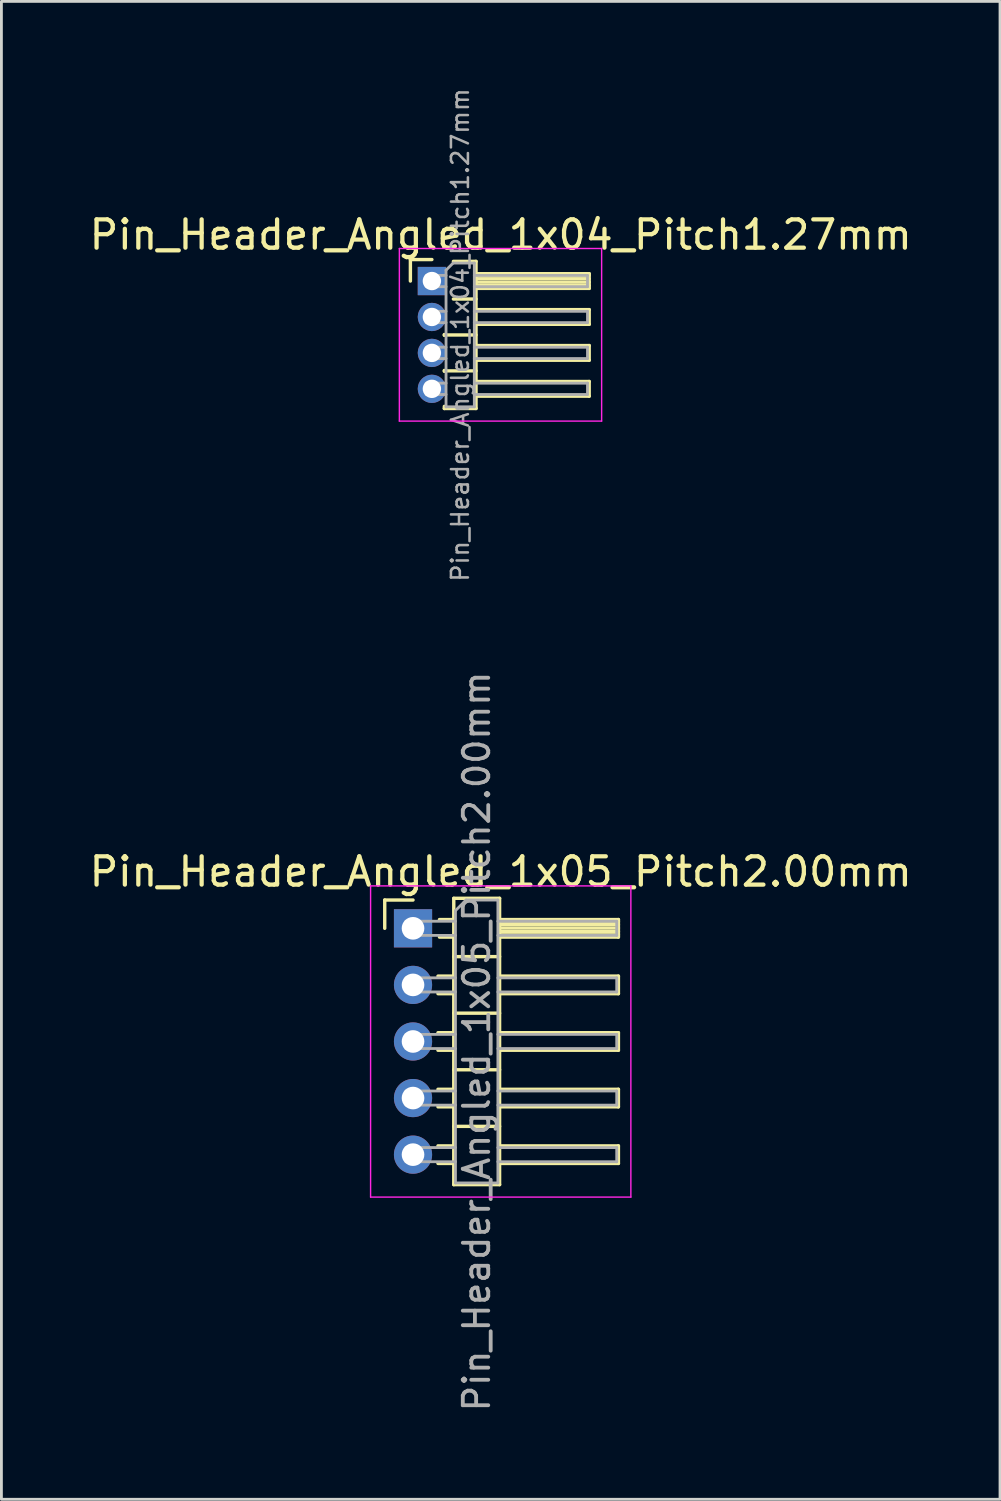
<source format=kicad_pcb>
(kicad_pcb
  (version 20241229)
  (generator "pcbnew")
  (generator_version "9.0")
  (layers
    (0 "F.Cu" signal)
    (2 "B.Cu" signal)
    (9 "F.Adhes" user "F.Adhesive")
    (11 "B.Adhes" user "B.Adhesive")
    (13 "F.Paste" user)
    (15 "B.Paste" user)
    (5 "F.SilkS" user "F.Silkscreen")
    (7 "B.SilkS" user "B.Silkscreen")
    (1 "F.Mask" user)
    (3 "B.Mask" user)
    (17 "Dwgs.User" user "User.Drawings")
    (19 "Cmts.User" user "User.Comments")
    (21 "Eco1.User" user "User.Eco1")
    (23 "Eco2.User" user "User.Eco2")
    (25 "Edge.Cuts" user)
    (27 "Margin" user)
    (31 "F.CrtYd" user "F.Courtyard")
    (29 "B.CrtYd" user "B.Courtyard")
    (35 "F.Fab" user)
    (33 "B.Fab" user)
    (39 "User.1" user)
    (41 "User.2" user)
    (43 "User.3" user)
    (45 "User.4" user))
  (footprint "Pin_Header_Angled_1x05_Pitch2.00mm"
    (layer "F.Cu")
    (at 11.549 29.763)
    (property "Reference" "Pin_Header_Angled_1x05_Pitch2.00mm" (at 3.1 -2 0) (layer "F.SilkS") (effects (font (size 1 1) (thickness 0.15))))
    (attr through_hole)
    (fp_line (start -1 -1) (end 0 -1) (stroke (width 0.12) (type solid)) (layer "F.SilkS"))
    (fp_line (start -1 0) (end -1 -1) (stroke (width 0.12) (type solid)) (layer "F.SilkS"))
    (fp_line (start 0.882 1.69) (end 1.44 1.69) (stroke (width 0.12) (type solid)) (layer "F.SilkS"))
    (fp_line (start 0.882 2.31) (end 1.44 2.31) (stroke (width 0.12) (type solid)) (layer "F.SilkS"))
    (fp_line (start 0.882 3.69) (end 1.44 3.69) (stroke (width 0.12) (type solid)) (layer "F.SilkS"))
    (fp_line (start 0.882 4.31) (end 1.44 4.31) (stroke (width 0.12) (type solid)) (layer "F.SilkS"))
    (fp_line (start 0.882 5.69) (end 1.44 5.69) (stroke (width 0.12) (type solid)) (layer "F.SilkS"))
    (fp_line (start 0.882 6.31) (end 1.44 6.31) (stroke (width 0.12) (type solid)) (layer "F.SilkS"))
    (fp_line (start 0.882 7.69) (end 1.44 7.69) (stroke (width 0.12) (type solid)) (layer "F.SilkS"))
    (fp_line (start 0.882 8.31) (end 1.44 8.31) (stroke (width 0.12) (type solid)) (layer "F.SilkS"))
    (fp_line (start 0.935 -0.31) (end 1.44 -0.31) (stroke (width 0.12) (type solid)) (layer "F.SilkS"))
    (fp_line (start 0.935 0.31) (end 1.44 0.31) (stroke (width 0.12) (type solid)) (layer "F.SilkS"))
    (fp_line (start 1.44 -1.06) (end 1.44 9.06) (stroke (width 0.12) (type solid)) (layer "F.SilkS"))
    (fp_line (start 1.44 1) (end 3.06 1) (stroke (width 0.12) (type solid)) (layer "F.SilkS"))
    (fp_line (start 1.44 3) (end 3.06 3) (stroke (width 0.12) (type solid)) (layer "F.SilkS"))
    (fp_line (start 1.44 5) (end 3.06 5) (stroke (width 0.12) (type solid)) (layer "F.SilkS"))
    (fp_line (start 1.44 7) (end 3.06 7) (stroke (width 0.12) (type solid)) (layer "F.SilkS"))
    (fp_line (start 1.44 9.06) (end 3.06 9.06) (stroke (width 0.12) (type solid)) (layer "F.SilkS"))
    (fp_line (start 3.06 -1.06) (end 1.44 -1.06) (stroke (width 0.12) (type solid)) (layer "F.SilkS"))
    (fp_line (start 3.06 -0.31) (end 7.26 -0.31) (stroke (width 0.12) (type solid)) (layer "F.SilkS"))
    (fp_line (start 3.06 -0.25) (end 7.26 -0.25) (stroke (width 0.12) (type solid)) (layer "F.SilkS"))
    (fp_line (start 3.06 -0.13) (end 7.26 -0.13) (stroke (width 0.12) (type solid)) (layer "F.SilkS"))
    (fp_line (start 3.06 -0.01) (end 7.26 -0.01) (stroke (width 0.12) (type solid)) (layer "F.SilkS"))
    (fp_line (start 3.06 0.11) (end 7.26 0.11) (stroke (width 0.12) (type solid)) (layer "F.SilkS"))
    (fp_line (start 3.06 0.23) (end 7.26 0.23) (stroke (width 0.12) (type solid)) (layer "F.SilkS"))
    (fp_line (start 3.06 1.69) (end 7.26 1.69) (stroke (width 0.12) (type solid)) (layer "F.SilkS"))
    (fp_line (start 3.06 3.69) (end 7.26 3.69) (stroke (width 0.12) (type solid)) (layer "F.SilkS"))
    (fp_line (start 3.06 5.69) (end 7.26 5.69) (stroke (width 0.12) (type solid)) (layer "F.SilkS"))
    (fp_line (start 3.06 7.69) (end 7.26 7.69) (stroke (width 0.12) (type solid)) (layer "F.SilkS"))
    (fp_line (start 3.06 9.06) (end 3.06 -1.06) (stroke (width 0.12) (type solid)) (layer "F.SilkS"))
    (fp_line (start 7.26 -0.31) (end 7.26 0.31) (stroke (width 0.12) (type solid)) (layer "F.SilkS"))
    (fp_line (start 7.26 0.31) (end 3.06 0.31) (stroke (width 0.12) (type solid)) (layer "F.SilkS"))
    (fp_line (start 7.26 1.69) (end 7.26 2.31) (stroke (width 0.12) (type solid)) (layer "F.SilkS"))
    (fp_line (start 7.26 2.31) (end 3.06 2.31) (stroke (width 0.12) (type solid)) (layer "F.SilkS"))
    (fp_line (start 7.26 3.69) (end 7.26 4.31) (stroke (width 0.12) (type solid)) (layer "F.SilkS"))
    (fp_line (start 7.26 4.31) (end 3.06 4.31) (stroke (width 0.12) (type solid)) (layer "F.SilkS"))
    (fp_line (start 7.26 5.69) (end 7.26 6.31) (stroke (width 0.12) (type solid)) (layer "F.SilkS"))
    (fp_line (start 7.26 6.31) (end 3.06 6.31) (stroke (width 0.12) (type solid)) (layer "F.SilkS"))
    (fp_line (start 7.26 7.69) (end 7.26 8.31) (stroke (width 0.12) (type solid)) (layer "F.SilkS"))
    (fp_line (start 7.26 8.31) (end 3.06 8.31) (stroke (width 0.12) (type solid)) (layer "F.SilkS"))
    (fp_line (start -1.5 -1.5) (end -1.5 9.5) (stroke (width 0.05) (type solid)) (layer "F.CrtYd"))
    (fp_line (start -1.5 9.5) (end 7.7 9.5) (stroke (width 0.05) (type solid)) (layer "F.CrtYd"))
    (fp_line (start 7.7 -1.5) (end -1.5 -1.5) (stroke (width 0.05) (type solid)) (layer "F.CrtYd"))
    (fp_line (start 7.7 9.5) (end 7.7 -1.5) (stroke (width 0.05) (type solid)) (layer "F.CrtYd"))
    (fp_line (start -0.25 -0.25) (end -0.25 0.25) (stroke (width 0.1) (type solid)) (layer "F.Fab"))
    (fp_line (start -0.25 -0.25) (end 1.5 -0.25) (stroke (width 0.1) (type solid)) (layer "F.Fab"))
    (fp_line (start -0.25 0.25) (end 1.5 0.25) (stroke (width 0.1) (type solid)) (layer "F.Fab"))
    (fp_line (start -0.25 1.75) (end -0.25 2.25) (stroke (width 0.1) (type solid)) (layer "F.Fab"))
    (fp_line (start -0.25 1.75) (end 1.5 1.75) (stroke (width 0.1) (type solid)) (layer "F.Fab"))
    (fp_line (start -0.25 2.25) (end 1.5 2.25) (stroke (width 0.1) (type solid)) (layer "F.Fab"))
    (fp_line (start -0.25 3.75) (end -0.25 4.25) (stroke (width 0.1) (type solid)) (layer "F.Fab"))
    (fp_line (start -0.25 3.75) (end 1.5 3.75) (stroke (width 0.1) (type solid)) (layer "F.Fab"))
    (fp_line (start -0.25 4.25) (end 1.5 4.25) (stroke (width 0.1) (type solid)) (layer "F.Fab"))
    (fp_line (start -0.25 5.75) (end -0.25 6.25) (stroke (width 0.1) (type solid)) (layer "F.Fab"))
    (fp_line (start -0.25 5.75) (end 1.5 5.75) (stroke (width 0.1) (type solid)) (layer "F.Fab"))
    (fp_line (start -0.25 6.25) (end 1.5 6.25) (stroke (width 0.1) (type solid)) (layer "F.Fab"))
    (fp_line (start -0.25 7.75) (end -0.25 8.25) (stroke (width 0.1) (type solid)) (layer "F.Fab"))
    (fp_line (start -0.25 7.75) (end 1.5 7.75) (stroke (width 0.1) (type solid)) (layer "F.Fab"))
    (fp_line (start -0.25 8.25) (end 1.5 8.25) (stroke (width 0.1) (type solid)) (layer "F.Fab"))
    (fp_line (start 1.5 -0.625) (end 1.875 -1) (stroke (width 0.1) (type solid)) (layer "F.Fab"))
    (fp_line (start 1.5 9) (end 1.5 -0.625) (stroke (width 0.1) (type solid)) (layer "F.Fab"))
    (fp_line (start 1.875 -1) (end 3 -1) (stroke (width 0.1) (type solid)) (layer "F.Fab"))
    (fp_line (start 3 -1) (end 3 9) (stroke (width 0.1) (type solid)) (layer "F.Fab"))
    (fp_line (start 3 -0.25) (end 7.2 -0.25) (stroke (width 0.1) (type solid)) (layer "F.Fab"))
    (fp_line (start 3 0.25) (end 7.2 0.25) (stroke (width 0.1) (type solid)) (layer "F.Fab"))
    (fp_line (start 3 1.75) (end 7.2 1.75) (stroke (width 0.1) (type solid)) (layer "F.Fab"))
    (fp_line (start 3 2.25) (end 7.2 2.25) (stroke (width 0.1) (type solid)) (layer "F.Fab"))
    (fp_line (start 3 3.75) (end 7.2 3.75) (stroke (width 0.1) (type solid)) (layer "F.Fab"))
    (fp_line (start 3 4.25) (end 7.2 4.25) (stroke (width 0.1) (type solid)) (layer "F.Fab"))
    (fp_line (start 3 5.75) (end 7.2 5.75) (stroke (width 0.1) (type solid)) (layer "F.Fab"))
    (fp_line (start 3 6.25) (end 7.2 6.25) (stroke (width 0.1) (type solid)) (layer "F.Fab"))
    (fp_line (start 3 7.75) (end 7.2 7.75) (stroke (width 0.1) (type solid)) (layer "F.Fab"))
    (fp_line (start 3 8.25) (end 7.2 8.25) (stroke (width 0.1) (type solid)) (layer "F.Fab"))
    (fp_line (start 3 9) (end 1.5 9) (stroke (width 0.1) (type solid)) (layer "F.Fab"))
    (fp_line (start 7.2 -0.25) (end 7.2 0.25) (stroke (width 0.1) (type solid)) (layer "F.Fab"))
    (fp_line (start 7.2 1.75) (end 7.2 2.25) (stroke (width 0.1) (type solid)) (layer "F.Fab"))
    (fp_line (start 7.2 3.75) (end 7.2 4.25) (stroke (width 0.1) (type solid)) (layer "F.Fab"))
    (fp_line (start 7.2 5.75) (end 7.2 6.25) (stroke (width 0.1) (type solid)) (layer "F.Fab"))
    (fp_line (start 7.2 7.75) (end 7.2 8.25) (stroke (width 0.1) (type solid)) (layer "F.Fab"))
    (fp_text user "${REFERENCE}" (at 2.25 4 90) (layer "F.Fab") (effects (font (size 0.9 0.9) (thickness 0.135))))
    (pad "1" thru_hole rect (at 0 0) (size 1.35 1.35) (drill 0.8) (layers "*.Cu" "*.Mask"))
    (pad "2" thru_hole oval (at 0 2) (size 1.35 1.35) (drill 0.8) (layers "*.Cu" "*.Mask"))
    (pad "3" thru_hole oval (at 0 4) (size 1.35 1.35) (drill 0.8) (layers "*.Cu" "*.Mask"))
    (pad "4" thru_hole oval (at 0 6) (size 1.35 1.35) (drill 0.8) (layers "*.Cu" "*.Mask"))
    (pad "5" thru_hole oval (at 0 8) (size 1.35 1.35) (drill 0.8) (layers "*.Cu" "*.Mask")))
  (footprint "Pin_Header_Angled_1x04_Pitch1.27mm"
    (layer "F.Cu")
    (at 12.216 6.884)
    (property "Reference" "Pin_Header_Angled_1x04_Pitch1.27mm" (at 2.433 -1.635 0) (layer "F.SilkS") (effects (font (size 1 1) (thickness 0.15))))
    (attr through_hole)
    (fp_line (start -0.76 -0.76) (end 0 -0.76) (stroke (width 0.12) (type solid)) (layer "F.SilkS"))
    (fp_line (start -0.76 0) (end -0.76 -0.76) (stroke (width 0.12) (type solid)) (layer "F.SilkS"))
    (fp_line (start 0.44 1.89) (end 0.44 1.92) (stroke (width 0.12) (type solid)) (layer "F.SilkS"))
    (fp_line (start 0.44 1.905) (end 1.56 1.905) (stroke (width 0.12) (type solid)) (layer "F.SilkS"))
    (fp_line (start 0.44 3.16) (end 0.44 3.19) (stroke (width 0.12) (type solid)) (layer "F.SilkS"))
    (fp_line (start 0.44 3.175) (end 1.56 3.175) (stroke (width 0.12) (type solid)) (layer "F.SilkS"))
    (fp_line (start 0.44 4.505) (end 0.44 4.43) (stroke (width 0.12) (type solid)) (layer "F.SilkS"))
    (fp_line (start 0.76 -0.695) (end 1.56 -0.695) (stroke (width 0.12) (type solid)) (layer "F.SilkS"))
    (fp_line (start 0.76 0.635) (end 1.56 0.635) (stroke (width 0.12) (type solid)) (layer "F.SilkS"))
    (fp_line (start 1.56 -0.695) (end 1.56 4.505) (stroke (width 0.12) (type solid)) (layer "F.SilkS"))
    (fp_line (start 1.56 -0.26) (end 5.56 -0.26) (stroke (width 0.12) (type solid)) (layer "F.SilkS"))
    (fp_line (start 1.56 -0.2) (end 5.56 -0.2) (stroke (width 0.12) (type solid)) (layer "F.SilkS"))
    (fp_line (start 1.56 -0.08) (end 5.56 -0.08) (stroke (width 0.12) (type solid)) (layer "F.SilkS"))
    (fp_line (start 1.56 0.04) (end 5.56 0.04) (stroke (width 0.12) (type solid)) (layer "F.SilkS"))
    (fp_line (start 1.56 0.16) (end 5.56 0.16) (stroke (width 0.12) (type solid)) (layer "F.SilkS"))
    (fp_line (start 1.56 1.01) (end 5.56 1.01) (stroke (width 0.12) (type solid)) (layer "F.SilkS"))
    (fp_line (start 1.56 2.28) (end 5.56 2.28) (stroke (width 0.12) (type solid)) (layer "F.SilkS"))
    (fp_line (start 1.56 3.55) (end 5.56 3.55) (stroke (width 0.12) (type solid)) (layer "F.SilkS"))
    (fp_line (start 1.56 4.505) (end 0.44 4.505) (stroke (width 0.12) (type solid)) (layer "F.SilkS"))
    (fp_line (start 5.56 -0.26) (end 5.56 0.26) (stroke (width 0.12) (type solid)) (layer "F.SilkS"))
    (fp_line (start 5.56 0.26) (end 1.56 0.26) (stroke (width 0.12) (type solid)) (layer "F.SilkS"))
    (fp_line (start 5.56 1.01) (end 5.56 1.53) (stroke (width 0.12) (type solid)) (layer "F.SilkS"))
    (fp_line (start 5.56 1.53) (end 1.56 1.53) (stroke (width 0.12) (type solid)) (layer "F.SilkS"))
    (fp_line (start 5.56 2.28) (end 5.56 2.8) (stroke (width 0.12) (type solid)) (layer "F.SilkS"))
    (fp_line (start 5.56 2.8) (end 1.56 2.8) (stroke (width 0.12) (type solid)) (layer "F.SilkS"))
    (fp_line (start 5.56 3.55) (end 5.56 4.07) (stroke (width 0.12) (type solid)) (layer "F.SilkS"))
    (fp_line (start 5.56 4.07) (end 1.56 4.07) (stroke (width 0.12) (type solid)) (layer "F.SilkS"))
    (fp_line (start -1.15 -1.15) (end -1.15 4.95) (stroke (width 0.05) (type solid)) (layer "F.CrtYd"))
    (fp_line (start -1.15 4.95) (end 6 4.95) (stroke (width 0.05) (type solid)) (layer "F.CrtYd"))
    (fp_line (start 6 -1.15) (end -1.15 -1.15) (stroke (width 0.05) (type solid)) (layer "F.CrtYd"))
    (fp_line (start 6 4.95) (end 6 -1.15) (stroke (width 0.05) (type solid)) (layer "F.CrtYd"))
    (fp_line (start -0.2 -0.2) (end -0.2 0.2) (stroke (width 0.1) (type solid)) (layer "F.Fab"))
    (fp_line (start -0.2 -0.2) (end 0.5 -0.2) (stroke (width 0.1) (type solid)) (layer "F.Fab"))
    (fp_line (start -0.2 0.2) (end 0.5 0.2) (stroke (width 0.1) (type solid)) (layer "F.Fab"))
    (fp_line (start -0.2 1.07) (end -0.2 1.47) (stroke (width 0.1) (type solid)) (layer "F.Fab"))
    (fp_line (start -0.2 1.07) (end 0.5 1.07) (stroke (width 0.1) (type solid)) (layer "F.Fab"))
    (fp_line (start -0.2 1.47) (end 0.5 1.47) (stroke (width 0.1) (type solid)) (layer "F.Fab"))
    (fp_line (start -0.2 2.34) (end -0.2 2.74) (stroke (width 0.1) (type solid)) (layer "F.Fab"))
    (fp_line (start -0.2 2.34) (end 0.5 2.34) (stroke (width 0.1) (type solid)) (layer "F.Fab"))
    (fp_line (start -0.2 2.74) (end 0.5 2.74) (stroke (width 0.1) (type solid)) (layer "F.Fab"))
    (fp_line (start -0.2 3.61) (end -0.2 4.01) (stroke (width 0.1) (type solid)) (layer "F.Fab"))
    (fp_line (start -0.2 3.61) (end 0.5 3.61) (stroke (width 0.1) (type solid)) (layer "F.Fab"))
    (fp_line (start -0.2 4.01) (end 0.5 4.01) (stroke (width 0.1) (type solid)) (layer "F.Fab"))
    (fp_line (start 0.5 -0.385) (end 0.75 -0.635) (stroke (width 0.1) (type solid)) (layer "F.Fab"))
    (fp_line (start 0.5 4.445) (end 0.5 -0.385) (stroke (width 0.1) (type solid)) (layer "F.Fab"))
    (fp_line (start 0.75 -0.635) (end 1.5 -0.635) (stroke (width 0.1) (type solid)) (layer "F.Fab"))
    (fp_line (start 1.5 -0.635) (end 1.5 4.445) (stroke (width 0.1) (type solid)) (layer "F.Fab"))
    (fp_line (start 1.5 -0.2) (end 5.5 -0.2) (stroke (width 0.1) (type solid)) (layer "F.Fab"))
    (fp_line (start 1.5 0.2) (end 5.5 0.2) (stroke (width 0.1) (type solid)) (layer "F.Fab"))
    (fp_line (start 1.5 1.07) (end 5.5 1.07) (stroke (width 0.1) (type solid)) (layer "F.Fab"))
    (fp_line (start 1.5 1.47) (end 5.5 1.47) (stroke (width 0.1) (type solid)) (layer "F.Fab"))
    (fp_line (start 1.5 2.34) (end 5.5 2.34) (stroke (width 0.1) (type solid)) (layer "F.Fab"))
    (fp_line (start 1.5 2.74) (end 5.5 2.74) (stroke (width 0.1) (type solid)) (layer "F.Fab"))
    (fp_line (start 1.5 3.61) (end 5.5 3.61) (stroke (width 0.1) (type solid)) (layer "F.Fab"))
    (fp_line (start 1.5 4.01) (end 5.5 4.01) (stroke (width 0.1) (type solid)) (layer "F.Fab"))
    (fp_line (start 1.5 4.445) (end 0.5 4.445) (stroke (width 0.1) (type solid)) (layer "F.Fab"))
    (fp_line (start 5.5 -0.2) (end 5.5 0.2) (stroke (width 0.1) (type solid)) (layer "F.Fab"))
    (fp_line (start 5.5 1.07) (end 5.5 1.47) (stroke (width 0.1) (type solid)) (layer "F.Fab"))
    (fp_line (start 5.5 2.34) (end 5.5 2.74) (stroke (width 0.1) (type solid)) (layer "F.Fab"))
    (fp_line (start 5.5 3.61) (end 5.5 4.01) (stroke (width 0.1) (type solid)) (layer "F.Fab"))
    (fp_text user "${REFERENCE}" (at 1 1.905 90) (layer "F.Fab") (effects (font (size 0.6 0.6) (thickness 0.09))))
    (pad "1" thru_hole rect (at 0 0) (size 1 1) (drill 0.65) (layers "*.Cu" "*.Mask"))
    (pad "2" thru_hole oval (at 0 1.27) (size 1 1) (drill 0.65) (layers "*.Cu" "*.Mask"))
    (pad "3" thru_hole oval (at 0 2.54) (size 1 1) (drill 0.65) (layers "*.Cu" "*.Mask"))
    (pad "4" thru_hole oval (at 0 3.81) (size 1 1) (drill 0.65) (layers "*.Cu" "*.Mask")))
  (gr_rect
    (start -3 -3)
    (end 32.298 49.946)
    (stroke (width 0.1) (type default))
    (fill no)
    (layer "Edge.Cuts")))
</source>
